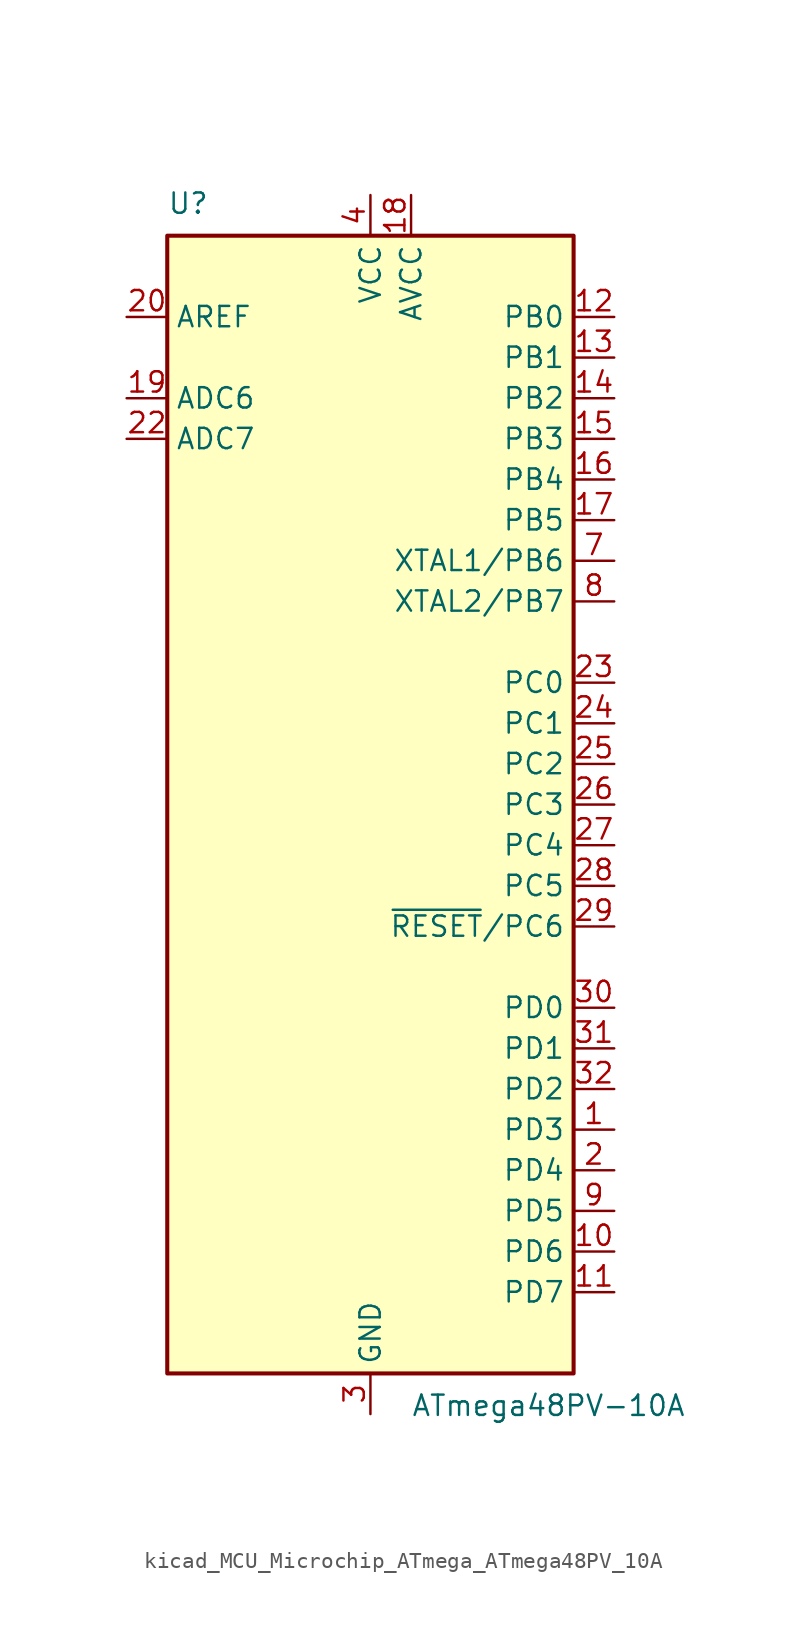
<source format=kicad_sym>
(kicad_symbol_lib
  (version 20220914)
  (generator kicad_symbol_editor)
  (symbol "kicad_MCU_Microchip_ATmega_ATmega48PV_10A"
    (property "Reference" "U"
      (at -12.7 36.83 0)
      (effects (font (size 1.27 1.27)) (justify left bottom)))
    (property "Value" "ATmega48PV-10A"
      (at 2.54 -36.83 0)
      (effects (font (size 1.27 1.27)) (justify left top)))
    (symbol "kicad_MCU_Microchip_ATmega_ATmega48PV_10A_0_1"
      (rectangle (start -12.7 -35.56) (end 12.7 35.56) (stroke (width 0.254) (type default)) (fill (type background))))
    (symbol "kicad_MCU_Microchip_ATmega_ATmega48PV_10A_1_1"
      (pin bidirectional line (at 15.24 -20.32 180) (length 2.54) (name "PD3" (effects (font (size 1.27 1.27)))) (number "1" (effects (font (size 1.27 1.27)))))
      (pin bidirectional line (at 15.24 -27.94 180) (length 2.54) (name "PD6" (effects (font (size 1.27 1.27)))) (number "10" (effects (font (size 1.27 1.27)))))
      (pin bidirectional line (at 15.24 -30.48 180) (length 2.54) (name "PD7" (effects (font (size 1.27 1.27)))) (number "11" (effects (font (size 1.27 1.27)))))
      (pin bidirectional line (at 15.24 30.48 180) (length 2.54) (name "PB0" (effects (font (size 1.27 1.27)))) (number "12" (effects (font (size 1.27 1.27)))))
      (pin bidirectional line (at 15.24 27.94 180) (length 2.54) (name "PB1" (effects (font (size 1.27 1.27)))) (number "13" (effects (font (size 1.27 1.27)))))
      (pin bidirectional line (at 15.24 25.4 180) (length 2.54) (name "PB2" (effects (font (size 1.27 1.27)))) (number "14" (effects (font (size 1.27 1.27)))))
      (pin bidirectional line (at 15.24 22.86 180) (length 2.54) (name "PB3" (effects (font (size 1.27 1.27)))) (number "15" (effects (font (size 1.27 1.27)))))
      (pin bidirectional line (at 15.24 20.32 180) (length 2.54) (name "PB4" (effects (font (size 1.27 1.27)))) (number "16" (effects (font (size 1.27 1.27)))))
      (pin bidirectional line (at 15.24 17.78 180) (length 2.54) (name "PB5" (effects (font (size 1.27 1.27)))) (number "17" (effects (font (size 1.27 1.27)))))
      (pin power_in line (at 2.54 38.1 270) (length 2.54) (name "AVCC" (effects (font (size 1.27 1.27)))) (number "18" (effects (font (size 1.27 1.27)))))
      (pin input line (at -15.24 25.4 0) (length 2.54) (name "ADC6" (effects (font (size 1.27 1.27)))) (number "19" (effects (font (size 1.27 1.27)))))
      (pin bidirectional line (at 15.24 -22.86 180) (length 2.54) (name "PD4" (effects (font (size 1.27 1.27)))) (number "2" (effects (font (size 1.27 1.27)))))
      (pin passive line (at -15.24 30.48 0) (length 2.54) (name "AREF" (effects (font (size 1.27 1.27)))) (number "20" (effects (font (size 1.27 1.27)))))
      (pin passive line (at 0 -38.1 90) (length 2.54) hide (name "GND" (effects (font (size 1.27 1.27)))) (number "21" (effects (font (size 1.27 1.27)))))
      (pin input line (at -15.24 22.86 0) (length 2.54) (name "ADC7" (effects (font (size 1.27 1.27)))) (number "22" (effects (font (size 1.27 1.27)))))
      (pin bidirectional line (at 15.24 7.62 180) (length 2.54) (name "PC0" (effects (font (size 1.27 1.27)))) (number "23" (effects (font (size 1.27 1.27)))))
      (pin bidirectional line (at 15.24 5.08 180) (length 2.54) (name "PC1" (effects (font (size 1.27 1.27)))) (number "24" (effects (font (size 1.27 1.27)))))
      (pin bidirectional line (at 15.24 2.54 180) (length 2.54) (name "PC2" (effects (font (size 1.27 1.27)))) (number "25" (effects (font (size 1.27 1.27)))))
      (pin bidirectional line (at 15.24 0 180) (length 2.54) (name "PC3" (effects (font (size 1.27 1.27)))) (number "26" (effects (font (size 1.27 1.27)))))
      (pin bidirectional line (at 15.24 -2.54 180) (length 2.54) (name "PC4" (effects (font (size 1.27 1.27)))) (number "27" (effects (font (size 1.27 1.27)))))
      (pin bidirectional line (at 15.24 -5.08 180) (length 2.54) (name "PC5" (effects (font (size 1.27 1.27)))) (number "28" (effects (font (size 1.27 1.27)))))
      (pin bidirectional line (at 15.24 -7.62 180) (length 2.54) (name "~{RESET}/PC6" (effects (font (size 1.27 1.27)))) (number "29" (effects (font (size 1.27 1.27)))))
      (pin power_in line (at 0 -38.1 90) (length 2.54) (name "GND" (effects (font (size 1.27 1.27)))) (number "3" (effects (font (size 1.27 1.27)))))
      (pin bidirectional line (at 15.24 -12.7 180) (length 2.54) (name "PD0" (effects (font (size 1.27 1.27)))) (number "30" (effects (font (size 1.27 1.27)))))
      (pin bidirectional line (at 15.24 -15.24 180) (length 2.54) (name "PD1" (effects (font (size 1.27 1.27)))) (number "31" (effects (font (size 1.27 1.27)))))
      (pin bidirectional line (at 15.24 -17.78 180) (length 2.54) (name "PD2" (effects (font (size 1.27 1.27)))) (number "32" (effects (font (size 1.27 1.27)))))
      (pin power_in line (at 0 38.1 270) (length 2.54) (name "VCC" (effects (font (size 1.27 1.27)))) (number "4" (effects (font (size 1.27 1.27)))))
      (pin passive line (at 0 -38.1 90) (length 2.54) hide (name "GND" (effects (font (size 1.27 1.27)))) (number "5" (effects (font (size 1.27 1.27)))))
      (pin passive line (at 0 38.1 270) (length 2.54) hide (name "VCC" (effects (font (size 1.27 1.27)))) (number "6" (effects (font (size 1.27 1.27)))))
      (pin bidirectional line (at 15.24 15.24 180) (length 2.54) (name "XTAL1/PB6" (effects (font (size 1.27 1.27)))) (number "7" (effects (font (size 1.27 1.27)))))
      (pin bidirectional line (at 15.24 12.7 180) (length 2.54) (name "XTAL2/PB7" (effects (font (size 1.27 1.27)))) (number "8" (effects (font (size 1.27 1.27)))))
      (pin bidirectional line (at 15.24 -25.4 180) (length 2.54) (name "PD5" (effects (font (size 1.27 1.27)))) (number "9" (effects (font (size 1.27 1.27))))))))
</source>
